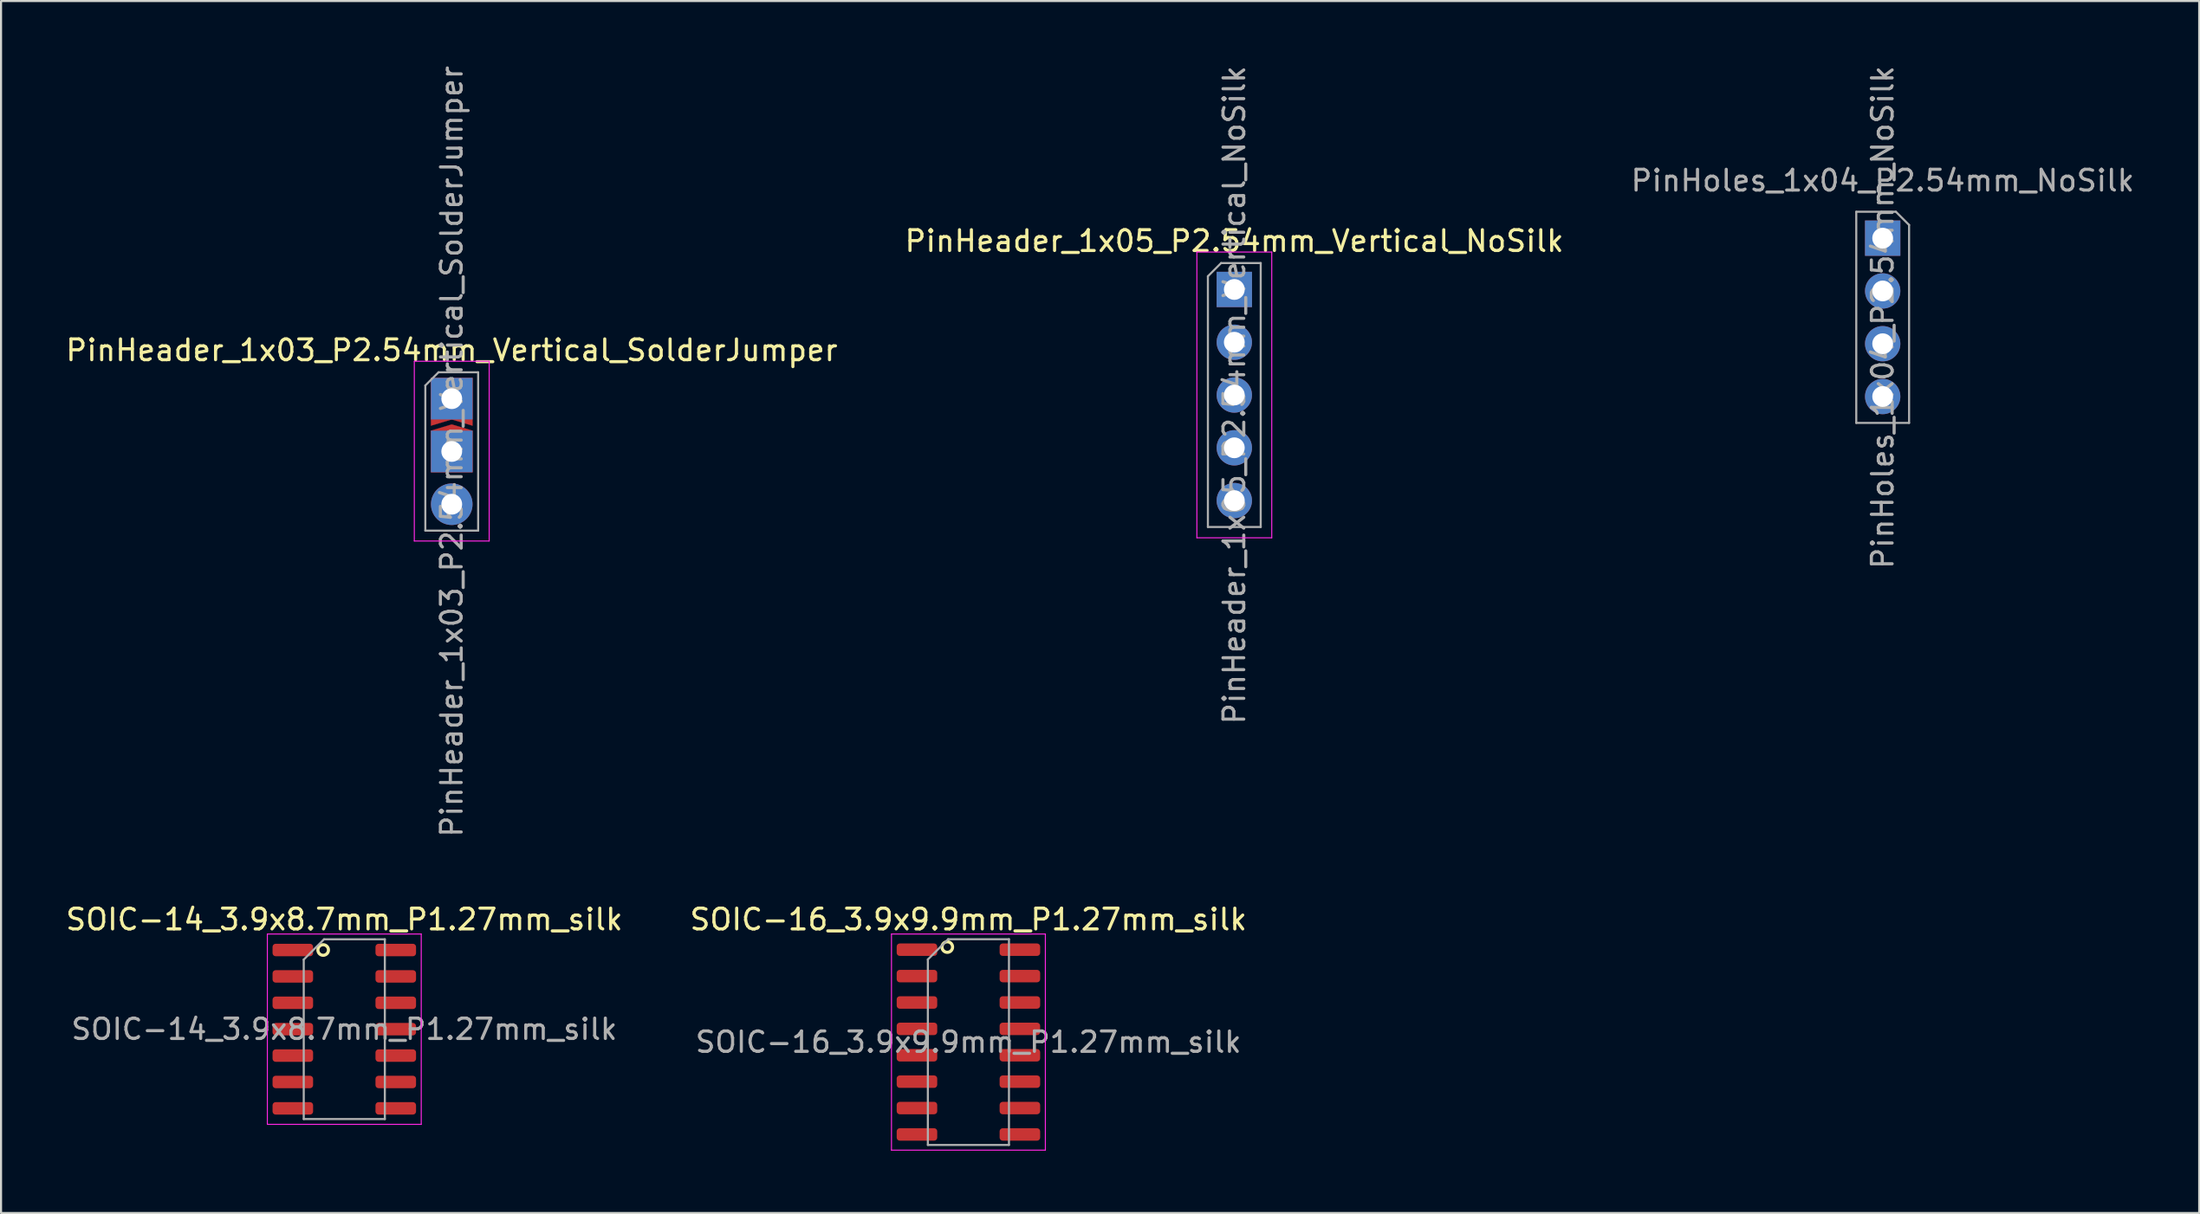
<source format=kicad_pcb>
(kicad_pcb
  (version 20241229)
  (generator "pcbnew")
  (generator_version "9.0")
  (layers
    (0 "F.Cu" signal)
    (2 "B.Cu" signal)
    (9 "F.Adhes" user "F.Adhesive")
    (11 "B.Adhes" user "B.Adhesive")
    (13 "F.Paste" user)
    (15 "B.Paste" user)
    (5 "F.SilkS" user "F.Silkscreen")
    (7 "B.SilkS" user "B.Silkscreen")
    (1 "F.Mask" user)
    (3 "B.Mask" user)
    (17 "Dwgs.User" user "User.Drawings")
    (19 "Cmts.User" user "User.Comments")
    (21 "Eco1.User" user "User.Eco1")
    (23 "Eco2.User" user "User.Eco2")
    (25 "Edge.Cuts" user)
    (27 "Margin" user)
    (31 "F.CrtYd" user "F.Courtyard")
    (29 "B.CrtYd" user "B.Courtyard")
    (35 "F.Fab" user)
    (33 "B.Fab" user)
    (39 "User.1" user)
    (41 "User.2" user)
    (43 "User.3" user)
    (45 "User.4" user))
  (footprint "PinHoles_1x04_P2.54mm_NoSilk"
    (layer "F.Cu")
    (at 87.482 8.41)
    (property "Reference" "PinHoles_1x04_P2.54mm_NoSilk" (at 0 -2.77 0) (layer "F.Fab") (effects (font (size 1 1) (thickness 0.15))))
    (attr through_hole)
    (fp_line (start -1.27 -1.27) (end 0.635 -1.27) (stroke (width 0.1) (type solid)) (layer "F.Fab"))
    (fp_line (start -1.27 8.89) (end -1.27 -1.27) (stroke (width 0.1) (type solid)) (layer "F.Fab"))
    (fp_line (start 0.635 -1.27) (end 1.27 -0.635) (stroke (width 0.1) (type solid)) (layer "F.Fab"))
    (fp_line (start 1.27 -0.635) (end 1.27 8.89) (stroke (width 0.1) (type solid)) (layer "F.Fab"))
    (fp_line (start 1.27 8.89) (end -1.27 8.89) (stroke (width 0.1) (type solid)) (layer "F.Fab"))
    (fp_text user "${REFERENCE}" (at 0 3.81 270) (layer "F.Fab") (effects (font (size 1 1) (thickness 0.15))))
    (pad "1" thru_hole rect (at 0 0) (size 1.7 1.7) (drill 1) (layers "*.Cu" "*.Mask"))
    (pad "2" thru_hole oval (at 0 2.54) (size 1.7 1.7) (drill 1) (layers "*.Cu" "*.Mask"))
    (pad "3" thru_hole oval (at 0 5.08) (size 1.7 1.7) (drill 1) (layers "*.Cu" "*.Mask"))
    (pad "4" thru_hole oval (at 0 7.62) (size 1.7 1.7) (drill 1) (layers "*.Cu" "*.Mask")))
  (footprint "PinHeader_1x03_P2.54mm_Vertical_SolderJumper"
    (layer "F.Cu")
    (at 18.673 16.133)
    (property "Reference" "PinHeader_1x03_P2.54mm_Vertical_SolderJumper" (at 0 -2.33 0) (layer "F.SilkS") (effects (font (size 1 1) (thickness 0.15))))
    (attr through_hole)
    (fp_poly (pts (xy 1 -1) (xy 1 1.3) (xy 0 1) (xy -1 1.3) (xy -1 -1)) (stroke (width 0.01) (type solid)) (fill yes) (layer "F.Cu"))
    (fp_poly (pts (xy 1 1.54) (xy 1 3.54) (xy -1 3.54) (xy -1 1.54) (xy 0 1.24)) (stroke (width 0.01) (type solid)) (fill yes) (layer "F.Cu"))
    (fp_poly (pts (xy 1 3.54) (xy -1 3.54) (xy -1 -1) (xy 1 -1)) (stroke (width 0.01) (type solid)) (fill yes) (layer "F.Mask"))
    (fp_line (start -1.8 -1.8) (end -1.8 6.85) (stroke (width 0.05) (type solid)) (layer "F.CrtYd"))
    (fp_line (start -1.8 6.85) (end 1.8 6.85) (stroke (width 0.05) (type solid)) (layer "F.CrtYd"))
    (fp_line (start 1.8 -1.8) (end -1.8 -1.8) (stroke (width 0.05) (type solid)) (layer "F.CrtYd"))
    (fp_line (start 1.8 6.85) (end 1.8 -1.8) (stroke (width 0.05) (type solid)) (layer "F.CrtYd"))
    (fp_line (start -1.27 -0.635) (end -0.635 -1.27) (stroke (width 0.1) (type solid)) (layer "F.Fab"))
    (fp_line (start -1.27 6.35) (end -1.27 -0.635) (stroke (width 0.1) (type solid)) (layer "F.Fab"))
    (fp_line (start -0.635 -1.27) (end 1.27 -1.27) (stroke (width 0.1) (type solid)) (layer "F.Fab"))
    (fp_line (start 1.27 -1.27) (end 1.27 6.35) (stroke (width 0.1) (type solid)) (layer "F.Fab"))
    (fp_line (start 1.27 6.35) (end -1.27 6.35) (stroke (width 0.1) (type solid)) (layer "F.Fab"))
    (fp_text user "${REFERENCE}" (at 0 2.54 90) (layer "F.Fab") (effects (font (size 1 1) (thickness 0.15))))
    (pad "1" thru_hole rect (at 0 0) (size 2 2) (drill 1) (layers "*.Cu" "*.Mask"))
    (pad "2" thru_hole rect (at 0 2.54) (size 2 2) (drill 1) (layers "*.Cu" "*.Mask"))
    (pad "3" thru_hole circle (at 0 5.08) (size 2 2) (drill 1) (layers "*.Cu" "*.Mask")))
  (footprint "SOIC-16_3.9x9.9mm_P1.27mm_silk"
    (layer "F.Cu")
    (at 43.518 47.093)
    (property "Reference" "SOIC-16_3.9x9.9mm_P1.27mm_silk" (at 0 -5.9 0) (layer "F.SilkS") (effects (font (size 1 1) (thickness 0.15))))
    (attr smd)
    (fp_circle (center -1.016 -4.572) (end -1.016 -4.318) (stroke (width 0.15) (type solid)) (fill no) (layer "F.SilkS"))
    (fp_line (start -3.7 -5.2) (end -3.7 5.2) (stroke (width 0.05) (type solid)) (layer "F.CrtYd"))
    (fp_line (start -3.7 5.2) (end 3.7 5.2) (stroke (width 0.05) (type solid)) (layer "F.CrtYd"))
    (fp_line (start 3.7 -5.2) (end -3.7 -5.2) (stroke (width 0.05) (type solid)) (layer "F.CrtYd"))
    (fp_line (start 3.7 5.2) (end 3.7 -5.2) (stroke (width 0.05) (type solid)) (layer "F.CrtYd"))
    (fp_line (start -1.95 -3.975) (end -0.975 -4.95) (stroke (width 0.1) (type solid)) (layer "F.Fab"))
    (fp_line (start -1.95 4.95) (end -1.95 -3.975) (stroke (width 0.1) (type solid)) (layer "F.Fab"))
    (fp_line (start -0.975 -4.95) (end 1.95 -4.95) (stroke (width 0.1) (type solid)) (layer "F.Fab"))
    (fp_line (start 1.95 -4.95) (end 1.95 4.95) (stroke (width 0.1) (type solid)) (layer "F.Fab"))
    (fp_line (start 1.95 4.95) (end -1.95 4.95) (stroke (width 0.1) (type solid)) (layer "F.Fab"))
    (fp_text user "${REFERENCE}" (at 0 0 0) (layer "F.Fab") (effects (font (size 0.98 0.98) (thickness 0.15))))
    (pad "1" smd roundrect (at -2.475 -4.445) (size 1.95 0.6) (layers "F.Cu" "F.Mask" "F.Paste") (roundrect_rratio 0.25))
    (pad "2" smd roundrect (at -2.475 -3.175) (size 1.95 0.6) (layers "F.Cu" "F.Mask" "F.Paste") (roundrect_rratio 0.25))
    (pad "3" smd roundrect (at -2.475 -1.905) (size 1.95 0.6) (layers "F.Cu" "F.Mask" "F.Paste") (roundrect_rratio 0.25))
    (pad "4" smd roundrect (at -2.475 -0.635) (size 1.95 0.6) (layers "F.Cu" "F.Mask" "F.Paste") (roundrect_rratio 0.25))
    (pad "5" smd roundrect (at -2.475 0.635) (size 1.95 0.6) (layers "F.Cu" "F.Mask" "F.Paste") (roundrect_rratio 0.25))
    (pad "6" smd roundrect (at -2.475 1.905) (size 1.95 0.6) (layers "F.Cu" "F.Mask" "F.Paste") (roundrect_rratio 0.25))
    (pad "7" smd roundrect (at -2.475 3.175) (size 1.95 0.6) (layers "F.Cu" "F.Mask" "F.Paste") (roundrect_rratio 0.25))
    (pad "8" smd roundrect (at -2.475 4.445) (size 1.95 0.6) (layers "F.Cu" "F.Mask" "F.Paste") (roundrect_rratio 0.25))
    (pad "9" smd roundrect (at 2.475 4.445) (size 1.95 0.6) (layers "F.Cu" "F.Mask" "F.Paste") (roundrect_rratio 0.25))
    (pad "10" smd roundrect (at 2.475 3.175) (size 1.95 0.6) (layers "F.Cu" "F.Mask" "F.Paste") (roundrect_rratio 0.25))
    (pad "11" smd roundrect (at 2.475 1.905) (size 1.95 0.6) (layers "F.Cu" "F.Mask" "F.Paste") (roundrect_rratio 0.25))
    (pad "12" smd roundrect (at 2.475 0.635) (size 1.95 0.6) (layers "F.Cu" "F.Mask" "F.Paste") (roundrect_rratio 0.25))
    (pad "13" smd roundrect (at 2.475 -0.635) (size 1.95 0.6) (layers "F.Cu" "F.Mask" "F.Paste") (roundrect_rratio 0.25))
    (pad "14" smd roundrect (at 2.475 -1.905) (size 1.95 0.6) (layers "F.Cu" "F.Mask" "F.Paste") (roundrect_rratio 0.25))
    (pad "15" smd roundrect (at 2.475 -3.175) (size 1.95 0.6) (layers "F.Cu" "F.Mask" "F.Paste") (roundrect_rratio 0.25))
    (pad "16" smd roundrect (at 2.475 -4.445) (size 1.95 0.6) (layers "F.Cu" "F.Mask" "F.Paste") (roundrect_rratio 0.25)))
  (footprint "SOIC-14_3.9x8.7mm_P1.27mm_silk"
    (layer "F.Cu")
    (at 13.506 46.473)
    (property "Reference" "SOIC-14_3.9x8.7mm_P1.27mm_silk" (at 0 -5.28 0) (layer "F.SilkS") (effects (font (size 1 1) (thickness 0.15))))
    (attr smd)
    (fp_circle (center -1.016 -3.81) (end -1.016 -3.556) (stroke (width 0.15) (type solid)) (fill no) (layer "F.SilkS"))
    (fp_line (start -3.7 -4.58) (end -3.7 4.58) (stroke (width 0.05) (type solid)) (layer "F.CrtYd"))
    (fp_line (start -3.7 4.58) (end 3.7 4.58) (stroke (width 0.05) (type solid)) (layer "F.CrtYd"))
    (fp_line (start 3.7 -4.58) (end -3.7 -4.58) (stroke (width 0.05) (type solid)) (layer "F.CrtYd"))
    (fp_line (start 3.7 4.58) (end 3.7 -4.58) (stroke (width 0.05) (type solid)) (layer "F.CrtYd"))
    (fp_line (start -1.95 -3.35) (end -0.975 -4.325) (stroke (width 0.1) (type solid)) (layer "F.Fab"))
    (fp_line (start -1.95 4.325) (end -1.95 -3.35) (stroke (width 0.1) (type solid)) (layer "F.Fab"))
    (fp_line (start -0.975 -4.325) (end 1.95 -4.325) (stroke (width 0.1) (type solid)) (layer "F.Fab"))
    (fp_line (start 1.95 -4.325) (end 1.95 4.325) (stroke (width 0.1) (type solid)) (layer "F.Fab"))
    (fp_line (start 1.95 4.325) (end -1.95 4.325) (stroke (width 0.1) (type solid)) (layer "F.Fab"))
    (fp_text user "${REFERENCE}" (at 0 0 0) (layer "F.Fab") (effects (font (size 0.98 0.98) (thickness 0.15))))
    (pad "1" smd roundrect (at -2.475 -3.81) (size 1.95 0.6) (layers "F.Cu" "F.Mask" "F.Paste") (roundrect_rratio 0.25))
    (pad "2" smd roundrect (at -2.475 -2.54) (size 1.95 0.6) (layers "F.Cu" "F.Mask" "F.Paste") (roundrect_rratio 0.25))
    (pad "3" smd roundrect (at -2.475 -1.27) (size 1.95 0.6) (layers "F.Cu" "F.Mask" "F.Paste") (roundrect_rratio 0.25))
    (pad "4" smd roundrect (at -2.475 0) (size 1.95 0.6) (layers "F.Cu" "F.Mask" "F.Paste") (roundrect_rratio 0.25))
    (pad "5" smd roundrect (at -2.475 1.27) (size 1.95 0.6) (layers "F.Cu" "F.Mask" "F.Paste") (roundrect_rratio 0.25))
    (pad "6" smd roundrect (at -2.475 2.54) (size 1.95 0.6) (layers "F.Cu" "F.Mask" "F.Paste") (roundrect_rratio 0.25))
    (pad "7" smd roundrect (at -2.475 3.81) (size 1.95 0.6) (layers "F.Cu" "F.Mask" "F.Paste") (roundrect_rratio 0.25))
    (pad "8" smd roundrect (at 2.475 3.81) (size 1.95 0.6) (layers "F.Cu" "F.Mask" "F.Paste") (roundrect_rratio 0.25))
    (pad "9" smd roundrect (at 2.475 2.54) (size 1.95 0.6) (layers "F.Cu" "F.Mask" "F.Paste") (roundrect_rratio 0.25))
    (pad "10" smd roundrect (at 2.475 1.27) (size 1.95 0.6) (layers "F.Cu" "F.Mask" "F.Paste") (roundrect_rratio 0.25))
    (pad "11" smd roundrect (at 2.475 0) (size 1.95 0.6) (layers "F.Cu" "F.Mask" "F.Paste") (roundrect_rratio 0.25))
    (pad "12" smd roundrect (at 2.475 -1.27) (size 1.95 0.6) (layers "F.Cu" "F.Mask" "F.Paste") (roundrect_rratio 0.25))
    (pad "13" smd roundrect (at 2.475 -2.54) (size 1.95 0.6) (layers "F.Cu" "F.Mask" "F.Paste") (roundrect_rratio 0.25))
    (pad "14" smd roundrect (at 2.475 -3.81) (size 1.95 0.6) (layers "F.Cu" "F.Mask" "F.Paste") (roundrect_rratio 0.25)))
  (footprint "PinHeader_1x05_P2.54mm_Vertical_NoSilk"
    (layer "F.Cu")
    (at 56.304 10.878)
    (property "Reference" "PinHeader_1x05_P2.54mm_Vertical_NoSilk" (at 0 -2.33 0) (layer "F.SilkS") (effects (font (size 1 1) (thickness 0.15))))
    (attr through_hole)
    (fp_line (start -1.8 -1.8) (end -1.8 11.95) (stroke (width 0.05) (type solid)) (layer "F.CrtYd"))
    (fp_line (start -1.8 11.95) (end 1.8 11.95) (stroke (width 0.05) (type solid)) (layer "F.CrtYd"))
    (fp_line (start 1.8 -1.8) (end -1.8 -1.8) (stroke (width 0.05) (type solid)) (layer "F.CrtYd"))
    (fp_line (start 1.8 11.95) (end 1.8 -1.8) (stroke (width 0.05) (type solid)) (layer "F.CrtYd"))
    (fp_line (start -1.27 -0.635) (end -0.635 -1.27) (stroke (width 0.1) (type solid)) (layer "F.Fab"))
    (fp_line (start -1.27 11.43) (end -1.27 -0.635) (stroke (width 0.1) (type solid)) (layer "F.Fab"))
    (fp_line (start -0.635 -1.27) (end 1.27 -1.27) (stroke (width 0.1) (type solid)) (layer "F.Fab"))
    (fp_line (start 1.27 -1.27) (end 1.27 11.43) (stroke (width 0.1) (type solid)) (layer "F.Fab"))
    (fp_line (start 1.27 11.43) (end -1.27 11.43) (stroke (width 0.1) (type solid)) (layer "F.Fab"))
    (fp_text user "${REFERENCE}" (at 0 5.08 90) (layer "F.Fab") (effects (font (size 1 1) (thickness 0.15))))
    (pad "1" thru_hole rect (at 0 0) (size 1.7 1.7) (drill 1) (layers "*.Cu" "*.Mask"))
    (pad "2" thru_hole oval (at 0 2.54) (size 1.7 1.7) (drill 1) (layers "*.Cu" "*.Mask"))
    (pad "3" thru_hole oval (at 0 5.08) (size 1.7 1.7) (drill 1) (layers "*.Cu" "*.Mask"))
    (pad "4" thru_hole oval (at 0 7.62) (size 1.7 1.7) (drill 1) (layers "*.Cu" "*.Mask"))
    (pad "5" thru_hole oval (at 0 10.16) (size 1.7 1.7) (drill 1) (layers "*.Cu" "*.Mask")))
  (gr_rect
    (start -3 -3)
    (end 102.702 55.318)
    (stroke (width 0.1) (type default))
    (fill no)
    (layer "Edge.Cuts")))
</source>
